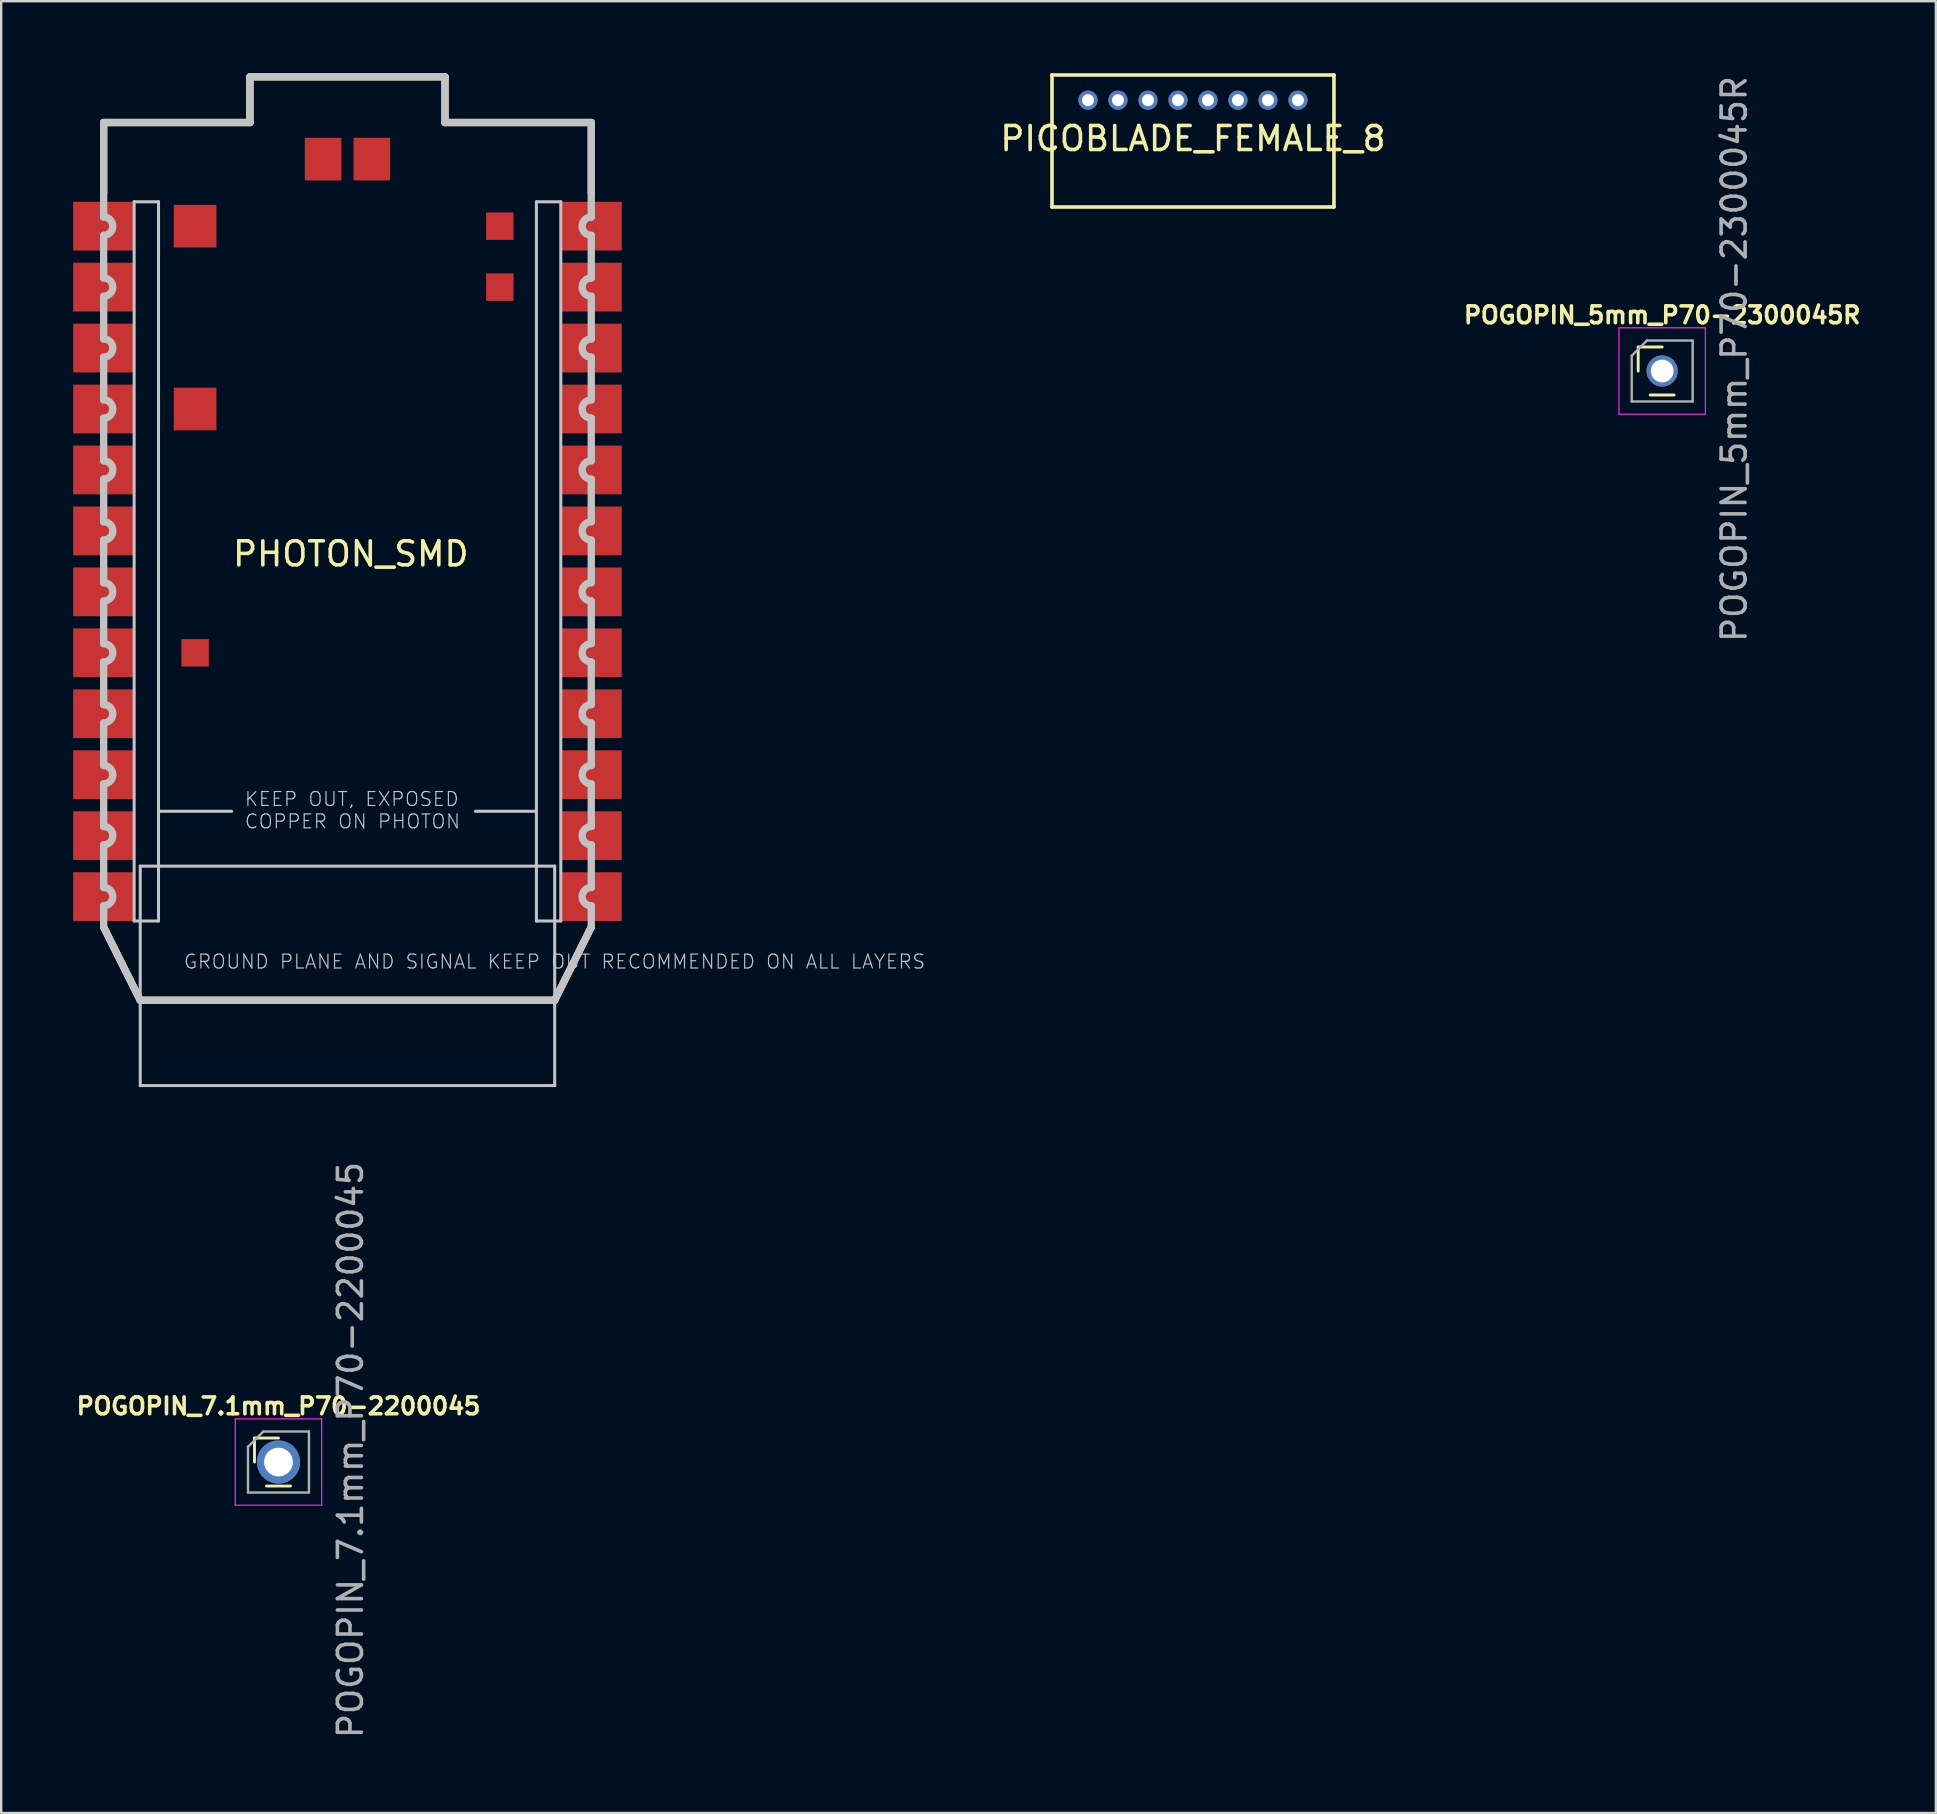
<source format=kicad_pcb>
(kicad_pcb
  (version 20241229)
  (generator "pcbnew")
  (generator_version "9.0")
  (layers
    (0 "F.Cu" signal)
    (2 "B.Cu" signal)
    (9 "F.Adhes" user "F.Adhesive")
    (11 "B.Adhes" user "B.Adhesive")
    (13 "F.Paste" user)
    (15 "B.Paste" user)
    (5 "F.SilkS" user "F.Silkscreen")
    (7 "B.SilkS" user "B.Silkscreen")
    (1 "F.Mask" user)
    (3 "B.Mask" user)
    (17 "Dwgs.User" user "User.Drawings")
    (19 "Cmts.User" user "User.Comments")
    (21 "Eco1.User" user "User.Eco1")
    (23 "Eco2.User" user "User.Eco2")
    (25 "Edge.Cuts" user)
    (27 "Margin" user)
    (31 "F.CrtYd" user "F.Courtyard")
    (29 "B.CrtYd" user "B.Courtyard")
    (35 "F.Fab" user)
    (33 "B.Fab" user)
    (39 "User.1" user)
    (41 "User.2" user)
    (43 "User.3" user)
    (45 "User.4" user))
  (footprint "PHOTON_SMD"
    (layer "F.Cu")
    (at 1.27 38.633)
    (property "Reference" "PHOTON_SMD" (at 10.3 -18.6 0) (layer "F.SilkS") (effects (font (size 1 1) (thickness 0.15))))
    (attr through_hole)
    (fp_line (start 0 -36.576) (end 0 -33.655) (stroke (width 0.305) (type solid)) (layer "F.SilkS"))
    (fp_line (start 0 -36.576) (end 6.096 -36.576) (stroke (width 0.305) (type solid)) (layer "F.SilkS"))
    (fp_line (start 0 -3.048) (end 1.524 0) (stroke (width 0.305) (type solid)) (layer "F.SilkS"))
    (fp_line (start 1.524 0) (end 18.796 0) (stroke (width 0.305) (type solid)) (layer "F.SilkS"))
    (fp_line (start 6.096 -38.481) (end 6.096 -36.576) (stroke (width 0.305) (type solid)) (layer "F.SilkS"))
    (fp_line (start 14.224 -38.481) (end 6.096 -38.481) (stroke (width 0.305) (type solid)) (layer "F.SilkS"))
    (fp_line (start 14.224 -36.576) (end 14.224 -38.481) (stroke (width 0.305) (type solid)) (layer "F.SilkS"))
    (fp_line (start 14.224 -36.576) (end 20.32 -36.576) (stroke (width 0.305) (type solid)) (layer "F.SilkS"))
    (fp_line (start 18.796 0) (end 20.32 -3.048) (stroke (width 0.305) (type solid)) (layer "F.SilkS"))
    (fp_line (start 20.32 -36.576) (end 20.32 -33.655) (stroke (width 0.305) (type solid)) (layer "F.SilkS"))
    (fp_line (start 0 -32.639) (end 0 -36.576) (stroke (width 0.305) (type solid)) (layer "Dwgs.User"))
    (fp_line (start 0 -30.099) (end 0 -31.877) (stroke (width 0.305) (type solid)) (layer "Dwgs.User"))
    (fp_line (start 0 -27.559) (end 0 -29.337) (stroke (width 0.305) (type solid)) (layer "Dwgs.User"))
    (fp_line (start 0 -25.019) (end 0 -26.797) (stroke (width 0.305) (type solid)) (layer "Dwgs.User"))
    (fp_line (start 0 -22.479) (end 0 -24.257) (stroke (width 0.305) (type solid)) (layer "Dwgs.User"))
    (fp_line (start 0 -19.939) (end 0 -21.717) (stroke (width 0.305) (type solid)) (layer "Dwgs.User"))
    (fp_line (start 0 -17.399) (end 0 -19.177) (stroke (width 0.305) (type solid)) (layer "Dwgs.User"))
    (fp_line (start 0 -14.859) (end 0 -16.637) (stroke (width 0.305) (type solid)) (layer "Dwgs.User"))
    (fp_line (start 0 -12.319) (end 0 -14.097) (stroke (width 0.305) (type solid)) (layer "Dwgs.User"))
    (fp_line (start 0 -9.779) (end 0 -11.557) (stroke (width 0.305) (type solid)) (layer "Dwgs.User"))
    (fp_line (start 0 -7.239) (end 0 -9.017) (stroke (width 0.305) (type solid)) (layer "Dwgs.User"))
    (fp_line (start 0 -4.699) (end 0 -6.477) (stroke (width 0.305) (type solid)) (layer "Dwgs.User"))
    (fp_line (start 0 -3.048) (end 0 -3.937) (stroke (width 0.305) (type solid)) (layer "Dwgs.User"))
    (fp_line (start 0 -3.048) (end 1.524 0) (stroke (width 0.305) (type solid)) (layer "Dwgs.User"))
    (fp_line (start 1.27 -33.274) (end 1.27 -3.302) (stroke (width 0.127) (type solid)) (layer "Dwgs.User"))
    (fp_line (start 1.27 -3.302) (end 2.286 -3.302) (stroke (width 0.127) (type solid)) (layer "Dwgs.User"))
    (fp_line (start 1.524 -5.588) (end 1.524 3.556) (stroke (width 0.127) (type solid)) (layer "Dwgs.User"))
    (fp_line (start 1.524 0) (end 18.796 0) (stroke (width 0.305) (type solid)) (layer "Dwgs.User"))
    (fp_line (start 1.524 3.556) (end 18.796 3.556) (stroke (width 0.127) (type solid)) (layer "Dwgs.User"))
    (fp_line (start 2.286 -33.274) (end 1.27 -33.274) (stroke (width 0.127) (type solid)) (layer "Dwgs.User"))
    (fp_line (start 2.286 -7.874) (end 2.286 -33.274) (stroke (width 0.127) (type solid)) (layer "Dwgs.User"))
    (fp_line (start 2.286 -3.302) (end 2.286 -7.874) (stroke (width 0.127) (type solid)) (layer "Dwgs.User"))
    (fp_line (start 5.334 -7.874) (end 2.286 -7.874) (stroke (width 0.127) (type solid)) (layer "Dwgs.User"))
    (fp_line (start 6.096 -38.481) (end 6.096 -36.576) (stroke (width 0.305) (type solid)) (layer "Dwgs.User"))
    (fp_line (start 6.096 -36.576) (end 0 -36.576) (stroke (width 0.305) (type solid)) (layer "Dwgs.User"))
    (fp_line (start 14.224 -38.481) (end 6.096 -38.481) (stroke (width 0.305) (type solid)) (layer "Dwgs.User"))
    (fp_line (start 14.224 -36.576) (end 14.224 -38.481) (stroke (width 0.305) (type solid)) (layer "Dwgs.User"))
    (fp_line (start 15.494 -7.874) (end 18.034 -7.874) (stroke (width 0.127) (type solid)) (layer "Dwgs.User"))
    (fp_line (start 18.034 -33.274) (end 18.034 -7.874) (stroke (width 0.127) (type solid)) (layer "Dwgs.User"))
    (fp_line (start 18.034 -7.874) (end 18.034 -3.302) (stroke (width 0.127) (type solid)) (layer "Dwgs.User"))
    (fp_line (start 18.034 -3.302) (end 19.05 -3.302) (stroke (width 0.127) (type solid)) (layer "Dwgs.User"))
    (fp_line (start 18.796 -5.588) (end 1.524 -5.588) (stroke (width 0.127) (type solid)) (layer "Dwgs.User"))
    (fp_line (start 18.796 0) (end 20.32 -3.048) (stroke (width 0.305) (type solid)) (layer "Dwgs.User"))
    (fp_line (start 18.796 3.556) (end 18.796 -5.588) (stroke (width 0.127) (type solid)) (layer "Dwgs.User"))
    (fp_line (start 19.05 -33.274) (end 18.034 -33.274) (stroke (width 0.127) (type solid)) (layer "Dwgs.User"))
    (fp_line (start 19.05 -3.302) (end 19.05 -33.274) (stroke (width 0.127) (type solid)) (layer "Dwgs.User"))
    (fp_line (start 20.32 -36.576) (end 14.224 -36.576) (stroke (width 0.305) (type solid)) (layer "Dwgs.User"))
    (fp_line (start 20.32 -32.639) (end 20.32 -36.576) (stroke (width 0.305) (type solid)) (layer "Dwgs.User"))
    (fp_line (start 20.32 -30.099) (end 20.32 -31.877) (stroke (width 0.305) (type solid)) (layer "Dwgs.User"))
    (fp_line (start 20.32 -27.559) (end 20.32 -29.337) (stroke (width 0.305) (type solid)) (layer "Dwgs.User"))
    (fp_line (start 20.32 -25.019) (end 20.32 -26.797) (stroke (width 0.305) (type solid)) (layer "Dwgs.User"))
    (fp_line (start 20.32 -22.479) (end 20.32 -24.257) (stroke (width 0.305) (type solid)) (layer "Dwgs.User"))
    (fp_line (start 20.32 -19.939) (end 20.32 -21.717) (stroke (width 0.305) (type solid)) (layer "Dwgs.User"))
    (fp_line (start 20.32 -17.399) (end 20.32 -19.177) (stroke (width 0.305) (type solid)) (layer "Dwgs.User"))
    (fp_line (start 20.32 -14.859) (end 20.32 -16.637) (stroke (width 0.305) (type solid)) (layer "Dwgs.User"))
    (fp_line (start 20.32 -12.319) (end 20.32 -14.097) (stroke (width 0.305) (type solid)) (layer "Dwgs.User"))
    (fp_line (start 20.32 -9.779) (end 20.32 -11.557) (stroke (width 0.305) (type solid)) (layer "Dwgs.User"))
    (fp_line (start 20.32 -7.239) (end 20.32 -9.017) (stroke (width 0.305) (type solid)) (layer "Dwgs.User"))
    (fp_line (start 20.32 -4.699) (end 20.32 -6.477) (stroke (width 0.305) (type solid)) (layer "Dwgs.User"))
    (fp_line (start 20.32 -3.048) (end 20.32 -3.937) (stroke (width 0.305) (type solid)) (layer "Dwgs.User"))
    (fp_arc (start 0 -32.639) (mid 0.381 -32.258) (end 0 -31.877) (stroke (width 0.3048) (type solid)) (layer "Dwgs.User"))
    (fp_arc (start 0 -30.099) (mid 0.381 -29.718) (end 0 -29.337) (stroke (width 0.3048) (type solid)) (layer "Dwgs.User"))
    (fp_arc (start 0 -27.559) (mid 0.381 -27.178) (end 0 -26.797) (stroke (width 0.3048) (type solid)) (layer "Dwgs.User"))
    (fp_arc (start 0 -25.019) (mid 0.381 -24.638) (end 0 -24.257) (stroke (width 0.3048) (type solid)) (layer "Dwgs.User"))
    (fp_arc (start 0 -22.479) (mid 0.381 -22.098) (end 0 -21.717) (stroke (width 0.3048) (type solid)) (layer "Dwgs.User"))
    (fp_arc (start 0 -19.939) (mid 0.381 -19.558) (end 0 -19.177) (stroke (width 0.3048) (type solid)) (layer "Dwgs.User"))
    (fp_arc (start 0 -17.399) (mid 0.381 -17.018) (end 0 -16.637) (stroke (width 0.3048) (type solid)) (layer "Dwgs.User"))
    (fp_arc (start 0 -14.859) (mid 0.381 -14.478) (end 0 -14.097) (stroke (width 0.3048) (type solid)) (layer "Dwgs.User"))
    (fp_arc (start 0 -12.319) (mid 0.381 -11.938) (end 0 -11.557) (stroke (width 0.3048) (type solid)) (layer "Dwgs.User"))
    (fp_arc (start 0 -9.779) (mid 0.381 -9.398) (end 0 -9.017) (stroke (width 0.3048) (type solid)) (layer "Dwgs.User"))
    (fp_arc (start 0 -7.239) (mid 0.381 -6.858) (end 0 -6.477) (stroke (width 0.3048) (type solid)) (layer "Dwgs.User"))
    (fp_arc (start 0 -4.699) (mid 0.381 -4.318) (end 0 -3.937) (stroke (width 0.3048) (type solid)) (layer "Dwgs.User"))
    (fp_arc (start 20.32 -31.877) (mid 19.939 -32.258) (end 20.32 -32.639) (stroke (width 0.3048) (type solid)) (layer "Dwgs.User"))
    (fp_arc (start 20.32 -29.337) (mid 19.939 -29.718) (end 20.32 -30.099) (stroke (width 0.3048) (type solid)) (layer "Dwgs.User"))
    (fp_arc (start 20.32 -26.797) (mid 19.939 -27.178) (end 20.32 -27.559) (stroke (width 0.3048) (type solid)) (layer "Dwgs.User"))
    (fp_arc (start 20.32 -24.257) (mid 19.939 -24.638) (end 20.32 -25.019) (stroke (width 0.3048) (type solid)) (layer "Dwgs.User"))
    (fp_arc (start 20.32 -21.717) (mid 19.939 -22.098) (end 20.32 -22.479) (stroke (width 0.3048) (type solid)) (layer "Dwgs.User"))
    (fp_arc (start 20.32 -19.177) (mid 19.939 -19.558) (end 20.32 -19.939) (stroke (width 0.3048) (type solid)) (layer "Dwgs.User"))
    (fp_arc (start 20.32 -16.637) (mid 19.939 -17.018) (end 20.32 -17.399) (stroke (width 0.3048) (type solid)) (layer "Dwgs.User"))
    (fp_arc (start 20.32 -14.097) (mid 19.939 -14.478) (end 20.32 -14.859) (stroke (width 0.3048) (type solid)) (layer "Dwgs.User"))
    (fp_arc (start 20.32 -11.557) (mid 19.939 -11.938) (end 20.32 -12.319) (stroke (width 0.3048) (type solid)) (layer "Dwgs.User"))
    (fp_arc (start 20.32 -9.017) (mid 19.939 -9.398) (end 20.32 -9.779) (stroke (width 0.3048) (type solid)) (layer "Dwgs.User"))
    (fp_arc (start 20.32 -6.477) (mid 19.939 -6.858) (end 20.32 -7.239) (stroke (width 0.3048) (type solid)) (layer "Dwgs.User"))
    (fp_arc (start 20.32 -3.937) (mid 19.939 -4.318) (end 20.32 -4.699) (stroke (width 0.3048) (type solid)) (layer "Dwgs.User"))
    (fp_text user "GROUND PLANE AND SIGNAL KEEP OUT RECOMMENDED ON ALL LAYERS" (at 3.302 -1.27 0) (layer "Dwgs.User") (effects (font (size 0.579 0.579) (thickness 0.049)) (justify left bottom)))
    (fp_text user "KEEP OUT, EXPOSED\nCOPPER ON PHOTON" (at 5.842 -7.112 0) (layer "Dwgs.User") (effects (font (size 0.579 0.579) (thickness 0.049)) (justify left bottom)))
    (pad "1" smd rect (at 0 -32.258) (size 2.54 2.032) (layers "F.Cu" "F.Mask" "F.Paste"))
    (pad "2" smd rect (at 0 -29.718) (size 2.54 2.032) (layers "F.Cu" "F.Mask" "F.Paste"))
    (pad "3" smd rect (at 0 -27.178) (size 2.54 2.032) (layers "F.Cu" "F.Mask" "F.Paste"))
    (pad "4" smd rect (at 0 -24.638) (size 2.54 2.032) (layers "F.Cu" "F.Mask" "F.Paste"))
    (pad "5" smd rect (at 0 -22.098) (size 2.54 2.032) (layers "F.Cu" "F.Mask" "F.Paste"))
    (pad "6" smd rect (at 0 -19.558) (size 2.54 2.032) (layers "F.Cu" "F.Mask" "F.Paste"))
    (pad "7" smd rect (at 0 -17.018) (size 2.54 2.032) (layers "F.Cu" "F.Mask" "F.Paste"))
    (pad "8" smd rect (at 0 -14.478) (size 2.54 2.032) (layers "F.Cu" "F.Mask" "F.Paste"))
    (pad "9" smd rect (at 0 -11.938) (size 2.54 2.032) (layers "F.Cu" "F.Mask" "F.Paste"))
    (pad "10" smd rect (at 0 -9.398) (size 2.54 2.032) (layers "F.Cu" "F.Mask" "F.Paste"))
    (pad "11" smd rect (at 0 -6.858) (size 2.54 2.032) (layers "F.Cu" "F.Mask" "F.Paste"))
    (pad "12" smd rect (at 0 -4.318) (size 2.54 2.032) (layers "F.Cu" "F.Mask" "F.Paste"))
    (pad "13" smd rect (at 20.32 -4.318) (size 2.54 2.032) (layers "F.Cu" "F.Mask" "F.Paste"))
    (pad "14" smd rect (at 20.32 -6.858) (size 2.54 2.032) (layers "F.Cu" "F.Mask" "F.Paste"))
    (pad "15" smd rect (at 20.32 -9.398) (size 2.54 2.032) (layers "F.Cu" "F.Mask" "F.Paste"))
    (pad "16" smd rect (at 20.32 -11.938) (size 2.54 2.032) (layers "F.Cu" "F.Mask" "F.Paste"))
    (pad "17" smd rect (at 20.32 -14.478) (size 2.54 2.032) (layers "F.Cu" "F.Mask" "F.Paste"))
    (pad "18" smd rect (at 20.32 -17.018) (size 2.54 2.032) (layers "F.Cu" "F.Mask" "F.Paste"))
    (pad "19" smd rect (at 20.32 -19.558) (size 2.54 2.032) (layers "F.Cu" "F.Mask" "F.Paste"))
    (pad "20" smd rect (at 20.32 -22.098) (size 2.54 2.032) (layers "F.Cu" "F.Mask" "F.Paste"))
    (pad "21" smd rect (at 20.32 -24.638) (size 2.54 2.032) (layers "F.Cu" "F.Mask" "F.Paste"))
    (pad "22" smd rect (at 20.32 -27.178) (size 2.54 2.032) (layers "F.Cu" "F.Mask" "F.Paste"))
    (pad "23" smd rect (at 20.32 -29.718) (size 2.54 2.032) (layers "F.Cu" "F.Mask" "F.Paste"))
    (pad "24" smd rect (at 20.32 -32.258) (size 2.54 2.032) (layers "F.Cu" "F.Mask" "F.Paste"))
    (pad "25" smd rect (at 3.81 -32.258) (size 1.778 1.778) (layers "F.Cu" "F.Mask" "F.Paste"))
    (pad "26" smd rect (at 3.81 -24.638) (size 1.778 1.778) (layers "F.Cu" "F.Mask" "F.Paste"))
    (pad "27" smd rect (at 3.81 -14.478) (size 1.143 1.143) (layers "F.Cu" "F.Mask" "F.Paste"))
    (pad "28" smd rect (at 16.51 -29.718) (size 1.143 1.143) (layers "F.Cu" "F.Mask" "F.Paste"))
    (pad "29" smd rect (at 16.51 -32.258) (size 1.143 1.143) (layers "F.Cu" "F.Mask" "F.Paste"))
    (pad "30" smd rect (at 11.176 -35.052) (size 1.524 1.778) (layers "F.Cu" "F.Mask" "F.Paste"))
    (pad "31" smd rect (at 9.144 -35.052) (size 1.524 1.778) (layers "F.Cu" "F.Mask" "F.Paste")))
  (footprint "POGOPIN_5mm_P70-2300045R"
    (layer "F.Cu")
    (at 66.219 12.411)
    (property "Reference" "POGOPIN_5mm_P70-2300045R" (at 0 -2.33 0) (layer "F.SilkS") (effects (font (size 0.7 0.7) (thickness 0.15))))
    (attr through_hole)
    (fp_line (start -1 -1) (end 0 -1) (stroke (width 0.12) (type solid)) (layer "F.SilkS"))
    (fp_line (start -1 0) (end -1 -1) (stroke (width 0.12) (type solid)) (layer "F.SilkS"))
    (fp_line (start -0.5 1) (end 0.5 1) (stroke (width 0.12) (type solid)) (layer "F.SilkS"))
    (fp_line (start -1.8 -1.8) (end -1.8 1.8) (stroke (width 0.05) (type solid)) (layer "F.CrtYd"))
    (fp_line (start -1.8 1.8) (end 1.8 1.8) (stroke (width 0.05) (type solid)) (layer "F.CrtYd"))
    (fp_line (start 1.8 -1.8) (end -1.8 -1.8) (stroke (width 0.05) (type solid)) (layer "F.CrtYd"))
    (fp_line (start 1.8 1.8) (end 1.8 -1.8) (stroke (width 0.05) (type solid)) (layer "F.CrtYd"))
    (fp_line (start -1.27 -0.635) (end -0.635 -1.27) (stroke (width 0.1) (type solid)) (layer "F.Fab"))
    (fp_line (start -1.27 1.27) (end -1.27 -0.635) (stroke (width 0.1) (type solid)) (layer "F.Fab"))
    (fp_line (start -0.635 -1.27) (end 1.27 -1.27) (stroke (width 0.1) (type solid)) (layer "F.Fab"))
    (fp_line (start 1.27 -1.27) (end 1.27 1.27) (stroke (width 0.1) (type solid)) (layer "F.Fab"))
    (fp_line (start 1.27 1.27) (end -1.27 1.27) (stroke (width 0.1) (type solid)) (layer "F.Fab"))
    (fp_text user "${REFERENCE}" (at 3 -0.5 90) (layer "F.Fab") (effects (font (size 1 1) (thickness 0.15))))
    (pad "1" thru_hole circle (at 0 0) (size 1.3 1.3) (drill 0.95) (layers "*.Cu" "*.Mask")))
  (footprint "POGOPIN_7.1mm_P70-2200045"
    (layer "F.Cu")
    (at 8.555 57.878)
    (property "Reference" "POGOPIN_7.1mm_P70-2200045" (at 0 -2.33 0) (layer "F.SilkS") (effects (font (size 0.7 0.7) (thickness 0.15))))
    (attr through_hole)
    (fp_line (start -1 -1) (end 0 -1) (stroke (width 0.12) (type solid)) (layer "F.SilkS"))
    (fp_line (start -1 0) (end -1 -1) (stroke (width 0.12) (type solid)) (layer "F.SilkS"))
    (fp_line (start -0.5 1) (end 0.5 1) (stroke (width 0.12) (type solid)) (layer "F.SilkS"))
    (fp_line (start -1.8 -1.8) (end -1.8 1.8) (stroke (width 0.05) (type solid)) (layer "F.CrtYd"))
    (fp_line (start -1.8 1.8) (end 1.8 1.8) (stroke (width 0.05) (type solid)) (layer "F.CrtYd"))
    (fp_line (start 1.8 -1.8) (end -1.8 -1.8) (stroke (width 0.05) (type solid)) (layer "F.CrtYd"))
    (fp_line (start 1.8 1.8) (end 1.8 -1.8) (stroke (width 0.05) (type solid)) (layer "F.CrtYd"))
    (fp_line (start -1.27 -0.635) (end -0.635 -1.27) (stroke (width 0.1) (type solid)) (layer "F.Fab"))
    (fp_line (start -1.27 1.27) (end -1.27 -0.635) (stroke (width 0.1) (type solid)) (layer "F.Fab"))
    (fp_line (start -0.635 -1.27) (end 1.27 -1.27) (stroke (width 0.1) (type solid)) (layer "F.Fab"))
    (fp_line (start 1.27 -1.27) (end 1.27 1.27) (stroke (width 0.1) (type solid)) (layer "F.Fab"))
    (fp_line (start 1.27 1.27) (end -1.27 1.27) (stroke (width 0.1) (type solid)) (layer "F.Fab"))
    (fp_text user "${REFERENCE}" (at 3 -0.5 90) (layer "F.Fab") (effects (font (size 1 1) (thickness 0.15))))
    (pad "1" thru_hole circle (at 0 0) (size 1.8 1.8) (drill 1.2) (layers "*.Cu" "*.Mask")))
  (footprint "PICOBLADE_FEMALE_8"
    (layer "F.Cu")
    (at 46.665 1.125)
    (property "Reference" "PICOBLADE_FEMALE_8" (at 0 1.6 0) (layer "F.SilkS") (effects (font (size 1 1) (thickness 0.15))))
    (attr through_hole)
    (fp_line (start -5.875 4.45) (end -5.875 -1.05) (stroke (width 0.15) (type solid)) (layer "F.SilkS"))
    (fp_line (start 5.875 -1.05) (end -5.875 -1.05) (stroke (width 0.15) (type solid)) (layer "F.SilkS"))
    (fp_line (start 5.875 4.45) (end -5.875 4.45) (stroke (width 0.15) (type solid)) (layer "F.SilkS"))
    (fp_line (start 5.875 4.45) (end 5.875 -1.05) (stroke (width 0.15) (type solid)) (layer "F.SilkS"))
    (pad "1" thru_hole circle (at -4.375 0) (size 0.8 0.8) (drill 0.5) (layers "*.Cu" "*.Mask"))
    (pad "2" thru_hole circle (at -3.125 0) (size 0.8 0.8) (drill 0.5) (layers "*.Cu" "*.Mask"))
    (pad "3" thru_hole circle (at -1.875 0) (size 0.8 0.8) (drill 0.5) (layers "*.Cu" "*.Mask"))
    (pad "4" thru_hole circle (at -0.625 0) (size 0.8 0.8) (drill 0.5) (layers "*.Cu" "*.Mask"))
    (pad "5" thru_hole circle (at 0.625 0) (size 0.8 0.8) (drill 0.5) (layers "*.Cu" "*.Mask"))
    (pad "6" thru_hole circle (at 1.875 0) (size 0.8 0.8) (drill 0.5) (layers "*.Cu" "*.Mask"))
    (pad "7" thru_hole circle (at 3.125 0) (size 0.8 0.8) (drill 0.5) (layers "*.Cu" "*.Mask"))
    (pad "8" thru_hole circle (at 4.375 0) (size 0.8 0.8) (drill 0.5) (layers "*.Cu" "*.Mask")))
  (gr_rect
    (start -3 -3)
    (end 77.624 72.503)
    (stroke (width 0.1) (type default))
    (fill no)
    (layer "Edge.Cuts")))
</source>
